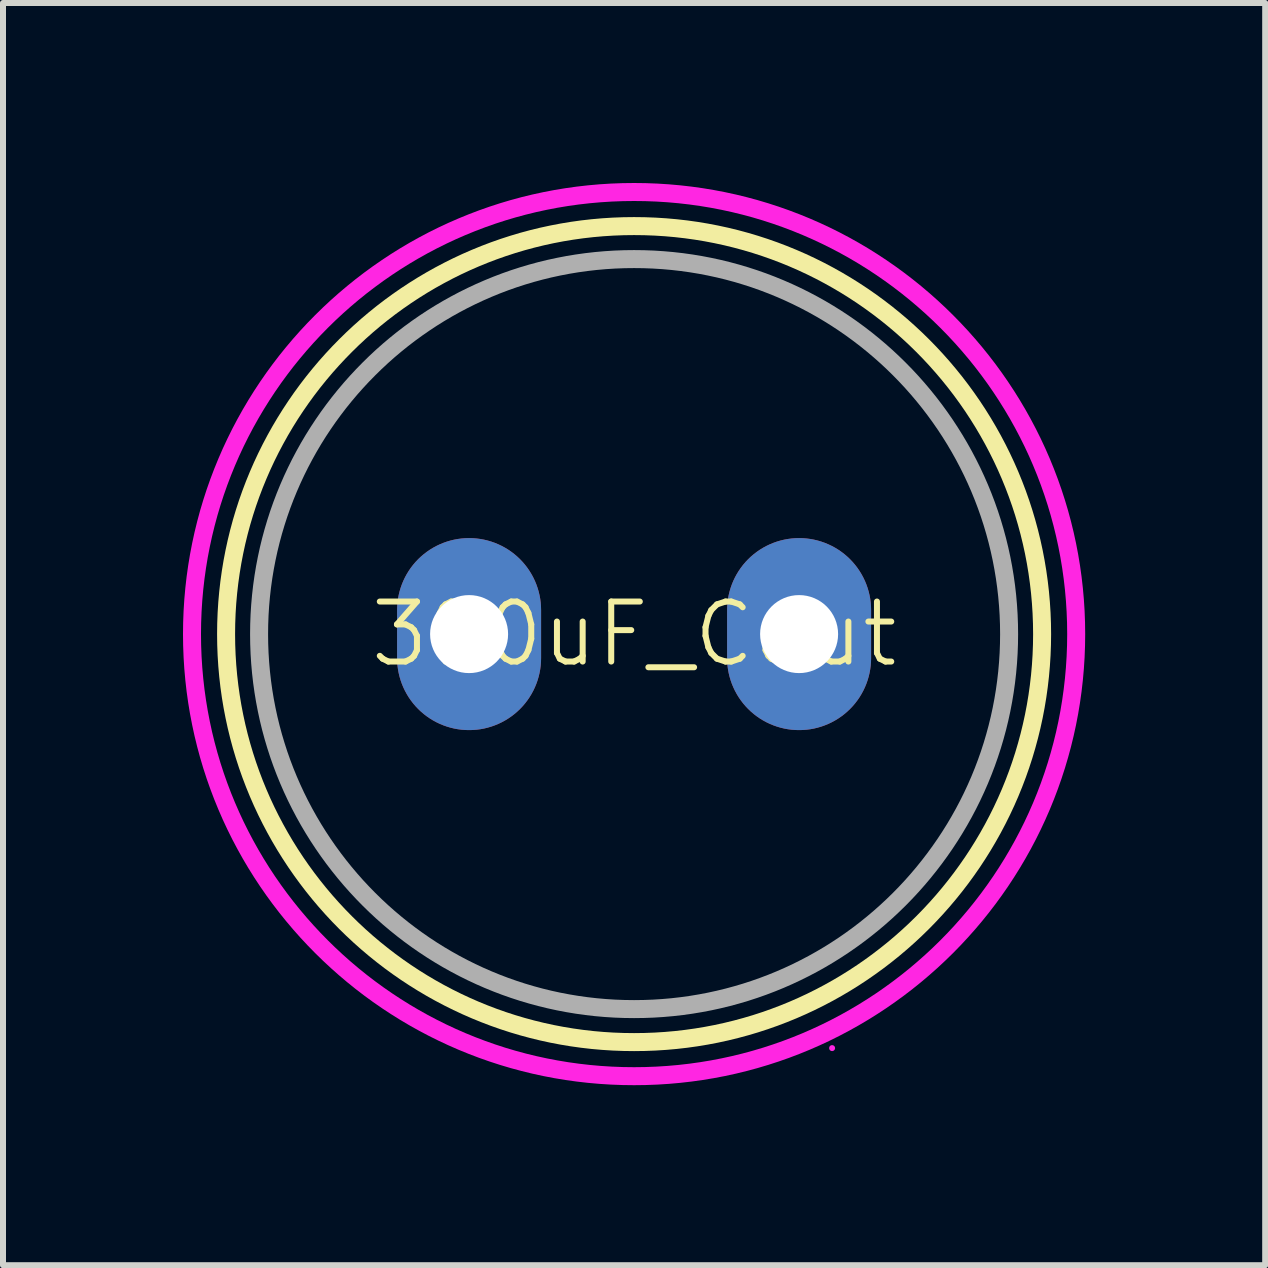
<source format=kicad_pcb>
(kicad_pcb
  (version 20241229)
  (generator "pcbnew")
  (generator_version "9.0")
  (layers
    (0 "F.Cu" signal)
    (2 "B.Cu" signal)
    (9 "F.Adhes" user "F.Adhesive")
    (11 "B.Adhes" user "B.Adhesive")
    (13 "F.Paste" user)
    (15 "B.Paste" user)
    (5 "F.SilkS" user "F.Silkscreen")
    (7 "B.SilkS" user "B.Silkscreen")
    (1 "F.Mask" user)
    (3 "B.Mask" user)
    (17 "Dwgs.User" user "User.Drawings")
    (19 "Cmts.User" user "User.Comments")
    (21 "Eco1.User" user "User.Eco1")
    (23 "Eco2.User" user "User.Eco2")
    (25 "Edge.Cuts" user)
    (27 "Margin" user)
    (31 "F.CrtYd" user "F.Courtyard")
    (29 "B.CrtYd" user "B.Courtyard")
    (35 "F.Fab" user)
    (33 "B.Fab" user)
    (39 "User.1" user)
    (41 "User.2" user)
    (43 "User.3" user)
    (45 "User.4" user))
  (footprint "390uF_Cout"
    (layer "F.Cu")
    (at 7.518 7.518)
    (property "Reference" "390uF_Cout" (at 0 0 0) (unlocked yes) (layer "F.SilkS") (effects (font (size 1 1) (thickness 0.1))))
    (attr through_hole)
    (fp_circle (center 0 0) (end 6.8 0) (stroke (width 0.3) (type default)) (fill no) (layer "F.SilkS"))
    (fp_circle (center 0 0) (end 7.368 0) (stroke (width 0.3) (type default)) (fill no) (layer "F.CrtYd"))
    (fp_circle (center 3.3 6.9) (end 3.3 6.9) (stroke (width 0.05) (type default)) (fill no) (layer "F.CrtYd"))
    (fp_circle (center 7.4 0.6) (end 7.4 0.6) (stroke (width 0.05) (type default)) (fill no) (layer "F.CrtYd"))
    (fp_circle (center 0 0) (end 6.25 0) (stroke (width 0.3) (type default)) (fill no) (layer "F.Fab"))
    (pad "1" thru_hole oval (at -2.75 0) (size 2.4 3.2) (drill 1.3) (layers "*.Cu" "*.Mask"))
    (pad "2" thru_hole oval (at 2.75 0) (size 2.4 3.2) (drill 1.3) (layers "*.Cu" "*.Mask")))
  (gr_rect
    (start -3 -3)
    (end 18.036 18.036)
    (stroke (width 0.1) (type default))
    (fill no)
    (layer "Edge.Cuts")))
</source>
